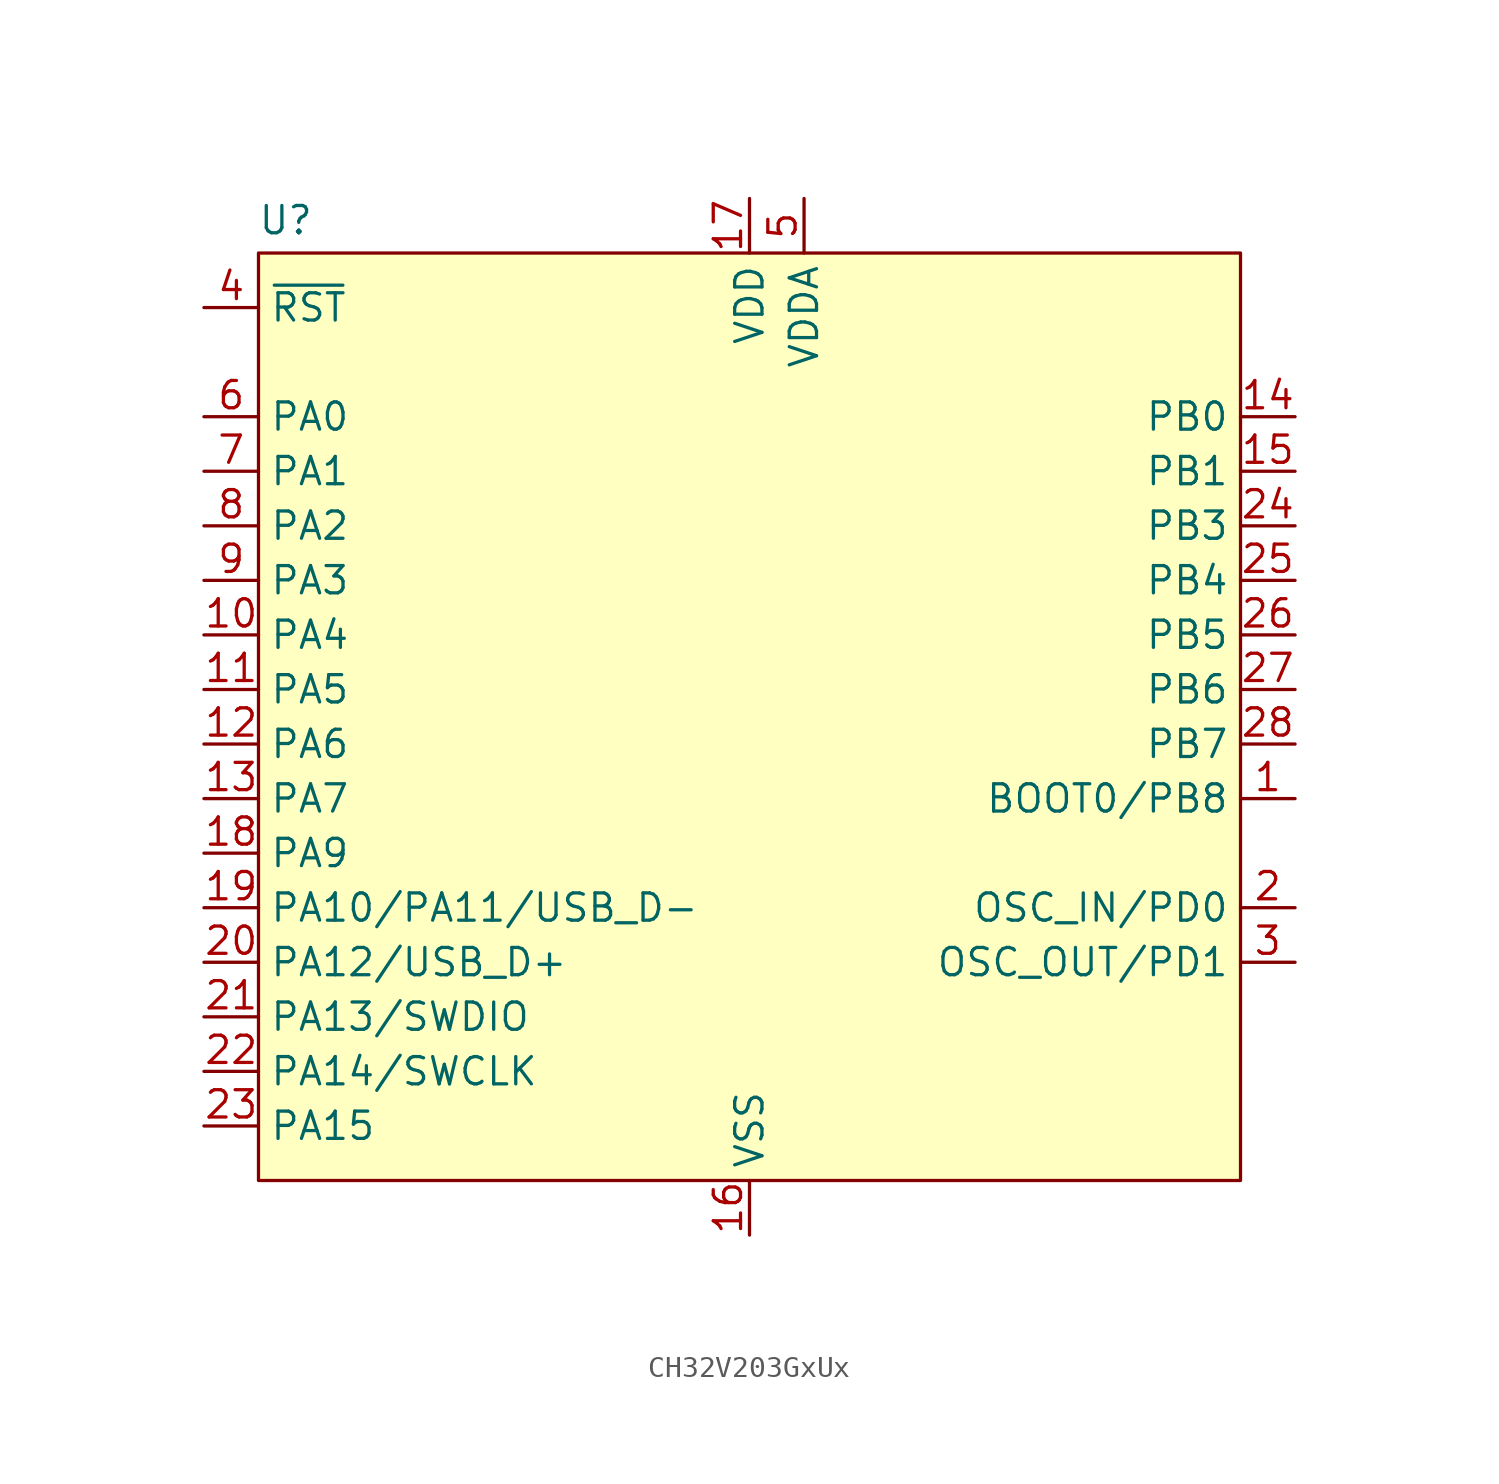
<source format=kicad_sym>
(kicad_symbol_lib
  (version 20231120)
  (generator "kicad_symbol_editor")
  (generator_version "8.0")
  (symbol "CH32V203GxUx"
    (property "Reference" "U"
      (at -21.59 24.384 0)
      (effects (font (size 1.27 1.27))))
    (property "Value" ""
      (at 0 0 0)
      (effects (font (size 1.27 1.27))))
    (symbol "CH32V203GxUx_1_1"
      (rectangle (start -22.86 22.86) (end 22.86 -20.32) (stroke (width 0) (type default)) (fill (type background)))
      (pin bidirectional line (at 25.4 -2.54 180) (length 2.54) (name "BOOT0/PB8" (effects (font (size 1.27 1.27)))) (number "1" (effects (font (size 1.27 1.27)))))
      (pin bidirectional line (at -25.4 5.08 0) (length 2.54) (name "PA4" (effects (font (size 1.27 1.27)))) (number "10" (effects (font (size 1.27 1.27)))))
      (pin bidirectional line (at -25.4 2.54 0) (length 2.54) (name "PA5" (effects (font (size 1.27 1.27)))) (number "11" (effects (font (size 1.27 1.27)))))
      (pin bidirectional line (at -25.4 0 0) (length 2.54) (name "PA6" (effects (font (size 1.27 1.27)))) (number "12" (effects (font (size 1.27 1.27)))))
      (pin bidirectional line (at -25.4 -2.54 0) (length 2.54) (name "PA7" (effects (font (size 1.27 1.27)))) (number "13" (effects (font (size 1.27 1.27)))))
      (pin bidirectional line (at 25.4 15.24 180) (length 2.54) (name "PB0" (effects (font (size 1.27 1.27)))) (number "14" (effects (font (size 1.27 1.27)))))
      (pin bidirectional line (at 25.4 12.7 180) (length 2.54) (name "PB1" (effects (font (size 1.27 1.27)))) (number "15" (effects (font (size 1.27 1.27)))))
      (pin power_in line (at 0 -22.86 90) (length 2.54) (name "VSS" (effects (font (size 1.27 1.27)))) (number "16" (effects (font (size 1.27 1.27)))))
      (pin power_in line (at 0 25.4 270) (length 2.54) (name "VDD" (effects (font (size 1.27 1.27)))) (number "17" (effects (font (size 1.27 1.27)))))
      (pin bidirectional line (at -25.4 -5.08 0) (length 2.54) (name "PA9" (effects (font (size 1.27 1.27)))) (number "18" (effects (font (size 1.27 1.27)))))
      (pin bidirectional line (at -25.4 -7.62 0) (length 2.54) (name "PA10/PA11/USB_D-" (effects (font (size 1.27 1.27)))) (number "19" (effects (font (size 1.27 1.27)))))
      (pin bidirectional line (at 25.4 -7.62 180) (length 2.54) (name "OSC_IN/PD0" (effects (font (size 1.27 1.27)))) (number "2" (effects (font (size 1.27 1.27)))))
      (pin bidirectional line (at -25.4 -10.16 0) (length 2.54) (name "PA12/USB_D+" (effects (font (size 1.27 1.27)))) (number "20" (effects (font (size 1.27 1.27)))))
      (pin bidirectional line (at -25.4 -12.7 0) (length 2.54) (name "PA13/SWDIO" (effects (font (size 1.27 1.27)))) (number "21" (effects (font (size 1.27 1.27)))))
      (pin bidirectional line (at -25.4 -15.24 0) (length 2.54) (name "PA14/SWCLK" (effects (font (size 1.27 1.27)))) (number "22" (effects (font (size 1.27 1.27)))))
      (pin bidirectional line (at -25.4 -17.78 0) (length 2.54) (name "PA15" (effects (font (size 1.27 1.27)))) (number "23" (effects (font (size 1.27 1.27)))))
      (pin bidirectional line (at 25.4 10.16 180) (length 2.54) (name "PB3" (effects (font (size 1.27 1.27)))) (number "24" (effects (font (size 1.27 1.27)))))
      (pin bidirectional line (at 25.4 7.62 180) (length 2.54) (name "PB4" (effects (font (size 1.27 1.27)))) (number "25" (effects (font (size 1.27 1.27)))))
      (pin bidirectional line (at 25.4 5.08 180) (length 2.54) (name "PB5" (effects (font (size 1.27 1.27)))) (number "26" (effects (font (size 1.27 1.27)))))
      (pin bidirectional line (at 25.4 2.54 180) (length 2.54) (name "PB6" (effects (font (size 1.27 1.27)))) (number "27" (effects (font (size 1.27 1.27)))))
      (pin bidirectional line (at 25.4 0 180) (length 2.54) (name "PB7" (effects (font (size 1.27 1.27)))) (number "28" (effects (font (size 1.27 1.27)))))
      (pin passive line (at 0 -22.86 90) (length 2.54) hide (name "VSS" (effects (font (size 1.27 1.27)))) (number "29" (effects (font (size 1.27 1.27)))))
      (pin bidirectional line (at 25.4 -10.16 180) (length 2.54) (name "OSC_OUT/PD1" (effects (font (size 1.27 1.27)))) (number "3" (effects (font (size 1.27 1.27)))))
      (pin input line (at -25.4 20.32 0) (length 2.54) (name "~{RST}" (effects (font (size 1.27 1.27)))) (number "4" (effects (font (size 1.27 1.27)))))
      (pin power_in line (at 2.54 25.4 270) (length 2.54) (name "VDDA" (effects (font (size 1.27 1.27)))) (number "5" (effects (font (size 1.27 1.27)))))
      (pin bidirectional line (at -25.4 15.24 0) (length 2.54) (name "PA0" (effects (font (size 1.27 1.27)))) (number "6" (effects (font (size 1.27 1.27)))))
      (pin bidirectional line (at -25.4 12.7 0) (length 2.54) (name "PA1" (effects (font (size 1.27 1.27)))) (number "7" (effects (font (size 1.27 1.27)))))
      (pin bidirectional line (at -25.4 10.16 0) (length 2.54) (name "PA2" (effects (font (size 1.27 1.27)))) (number "8" (effects (font (size 1.27 1.27)))))
      (pin bidirectional line (at -25.4 7.62 0) (length 2.54) (name "PA3" (effects (font (size 1.27 1.27)))) (number "9" (effects (font (size 1.27 1.27))))))))
</source>
